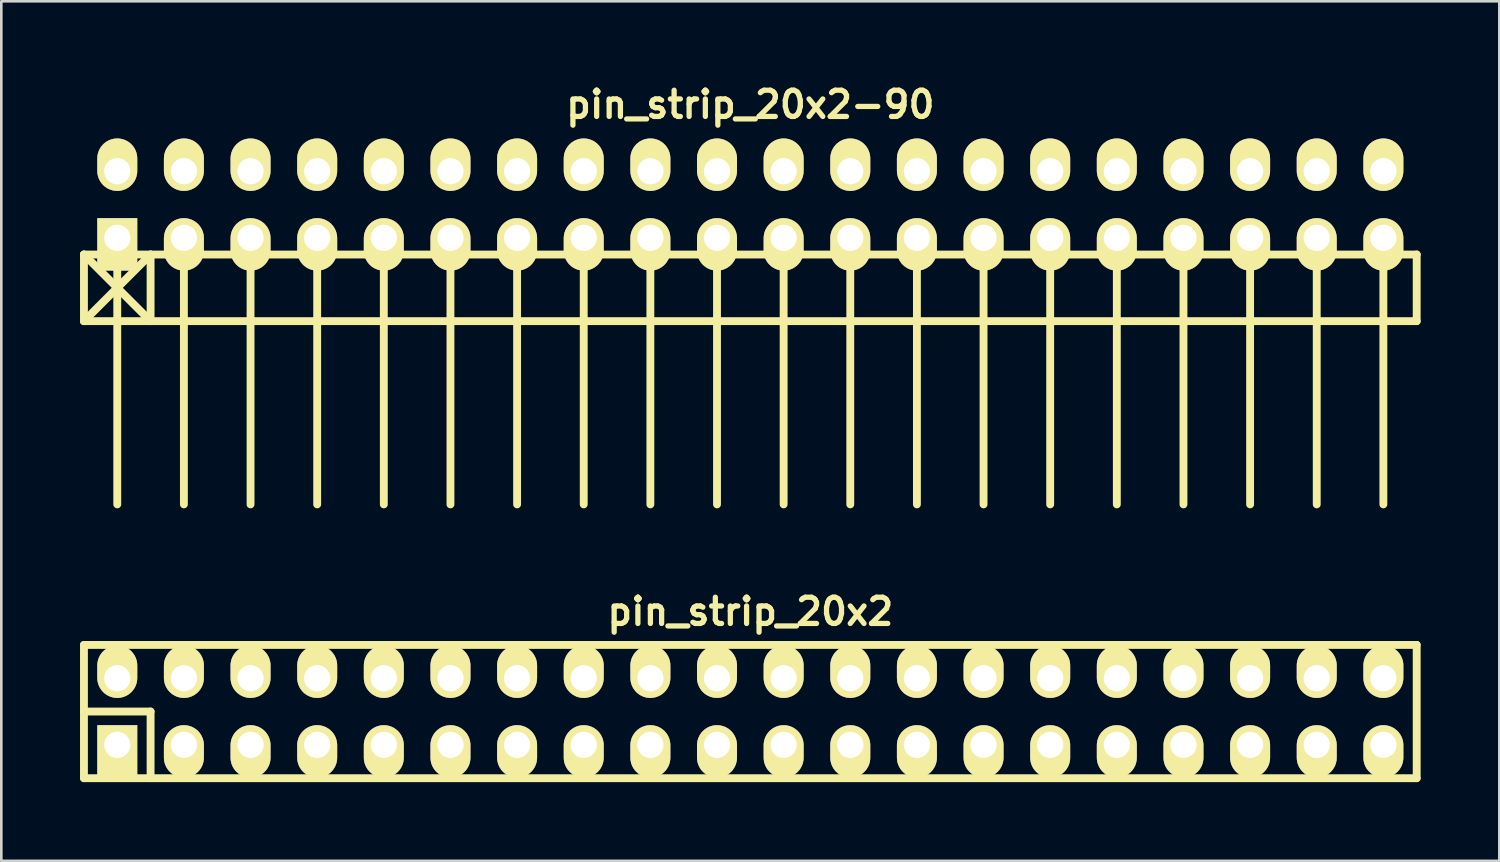
<source format=kicad_pcb>
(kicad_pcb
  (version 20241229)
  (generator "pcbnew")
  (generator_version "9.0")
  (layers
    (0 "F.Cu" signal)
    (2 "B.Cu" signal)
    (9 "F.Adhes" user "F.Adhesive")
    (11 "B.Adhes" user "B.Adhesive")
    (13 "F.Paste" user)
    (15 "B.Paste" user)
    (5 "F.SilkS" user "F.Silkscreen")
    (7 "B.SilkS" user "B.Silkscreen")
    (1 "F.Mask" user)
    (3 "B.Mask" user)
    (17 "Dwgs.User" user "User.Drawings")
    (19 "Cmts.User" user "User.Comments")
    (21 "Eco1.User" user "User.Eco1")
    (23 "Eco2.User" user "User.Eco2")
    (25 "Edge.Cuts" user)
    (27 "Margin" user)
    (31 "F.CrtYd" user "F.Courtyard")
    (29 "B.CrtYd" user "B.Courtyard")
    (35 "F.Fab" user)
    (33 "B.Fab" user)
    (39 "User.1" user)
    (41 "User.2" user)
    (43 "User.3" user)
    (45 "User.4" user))
  (footprint "pin_strip_20x2"
    (layer "F.Cu")
    (at 25.55 24.072)
    (property "Reference" "pin_strip_20x2" (at 0 -3.81 0) (layer "F.SilkS") (effects (font (size 1 1) (thickness 0.2))))
    (attr through_hole)
    (fp_line (start -25.4 -2.54) (end -25.4 2.54) (stroke (width 0.3) (type solid)) (layer "F.SilkS"))
    (fp_line (start -25.4 -2.54) (end 25.4 -2.54) (stroke (width 0.3) (type solid)) (layer "F.SilkS"))
    (fp_line (start -25.4 0) (end -22.86 0) (stroke (width 0.3) (type solid)) (layer "F.SilkS"))
    (fp_line (start -22.86 0) (end -22.86 2.54) (stroke (width 0.3) (type solid)) (layer "F.SilkS"))
    (fp_line (start 25.4 2.54) (end -25.4 2.54) (stroke (width 0.3) (type solid)) (layer "F.SilkS"))
    (fp_line (start 25.4 2.54) (end 25.4 -2.54) (stroke (width 0.3) (type solid)) (layer "F.SilkS"))
    (pad "1" thru_hole rect (at -24.13 1.27) (size 1.524 1.999) (drill 1.001 (offset 0 0.249)) (layers "*.Cu" "*.Mask" "F.SilkS"))
    (pad "2" thru_hole oval (at -24.13 -1.27) (size 1.524 1.999) (drill 1.001 (offset 0 -0.249)) (layers "*.Cu" "*.Mask" "F.SilkS"))
    (pad "3" thru_hole oval (at -21.59 1.27) (size 1.524 1.999) (drill 1.001 (offset 0 0.249)) (layers "*.Cu" "*.Mask" "F.SilkS"))
    (pad "4" thru_hole oval (at -21.59 -1.27) (size 1.524 1.999) (drill 1.001 (offset 0 -0.249)) (layers "*.Cu" "*.Mask" "F.SilkS"))
    (pad "5" thru_hole oval (at -19.05 1.27) (size 1.524 1.999) (drill 1.001 (offset 0 0.249)) (layers "*.Cu" "*.Mask" "F.SilkS"))
    (pad "6" thru_hole oval (at -19.05 -1.27) (size 1.524 1.999) (drill 1.001 (offset 0 -0.249)) (layers "*.Cu" "*.Mask" "F.SilkS"))
    (pad "7" thru_hole oval (at -16.51 1.27) (size 1.524 1.999) (drill 1.001 (offset 0 0.249)) (layers "*.Cu" "*.Mask" "F.SilkS"))
    (pad "8" thru_hole oval (at -16.51 -1.27) (size 1.524 1.999) (drill 1.001 (offset 0 -0.249)) (layers "*.Cu" "*.Mask" "F.SilkS"))
    (pad "9" thru_hole oval (at -13.97 1.27) (size 1.524 1.999) (drill 1.001 (offset 0 0.249)) (layers "*.Cu" "*.Mask" "F.SilkS"))
    (pad "10" thru_hole oval (at -13.97 -1.27) (size 1.524 1.999) (drill 1.001 (offset 0 -0.249)) (layers "*.Cu" "*.Mask" "F.SilkS"))
    (pad "11" thru_hole oval (at -11.43 1.27) (size 1.524 1.999) (drill 1.001 (offset 0 0.249)) (layers "*.Cu" "*.Mask" "F.SilkS"))
    (pad "12" thru_hole oval (at -11.43 -1.27) (size 1.524 1.999) (drill 1.001 (offset 0 -0.249)) (layers "*.Cu" "*.Mask" "F.SilkS"))
    (pad "13" thru_hole oval (at -8.89 1.27) (size 1.524 1.999) (drill 1.001 (offset 0 0.249)) (layers "*.Cu" "*.Mask" "F.SilkS"))
    (pad "14" thru_hole oval (at -8.89 -1.27) (size 1.524 1.999) (drill 1.001 (offset 0 -0.249)) (layers "*.Cu" "*.Mask" "F.SilkS"))
    (pad "15" thru_hole oval (at -6.35 1.27) (size 1.524 1.999) (drill 1.001 (offset 0 0.249)) (layers "*.Cu" "*.Mask" "F.SilkS"))
    (pad "16" thru_hole oval (at -6.35 -1.27) (size 1.524 1.999) (drill 1.001 (offset 0 -0.249)) (layers "*.Cu" "*.Mask" "F.SilkS"))
    (pad "17" thru_hole oval (at -3.81 1.27) (size 1.524 1.999) (drill 1.001 (offset 0 0.249)) (layers "*.Cu" "*.Mask" "F.SilkS"))
    (pad "18" thru_hole oval (at -3.81 -1.27) (size 1.524 1.999) (drill 1.001 (offset 0 -0.249)) (layers "*.Cu" "*.Mask" "F.SilkS"))
    (pad "19" thru_hole oval (at -1.27 1.27) (size 1.524 1.999) (drill 1.001 (offset 0 0.249)) (layers "*.Cu" "*.Mask" "F.SilkS"))
    (pad "20" thru_hole oval (at -1.27 -1.27) (size 1.524 1.999) (drill 1.001 (offset 0 -0.249)) (layers "*.Cu" "*.Mask" "F.SilkS"))
    (pad "21" thru_hole oval (at 1.27 1.27) (size 1.524 1.999) (drill 1.001 (offset 0 0.249)) (layers "*.Cu" "*.Mask" "F.SilkS"))
    (pad "22" thru_hole oval (at 1.27 -1.27) (size 1.524 1.999) (drill 1.001 (offset 0 -0.249)) (layers "*.Cu" "*.Mask" "F.SilkS"))
    (pad "23" thru_hole oval (at 3.81 1.27) (size 1.524 1.999) (drill 1.001 (offset 0 0.249)) (layers "*.Cu" "*.Mask" "F.SilkS"))
    (pad "24" thru_hole oval (at 3.81 -1.27) (size 1.524 1.999) (drill 1.001 (offset 0 -0.249)) (layers "*.Cu" "*.Mask" "F.SilkS"))
    (pad "25" thru_hole oval (at 6.35 1.27) (size 1.524 1.999) (drill 1.001 (offset 0 0.249)) (layers "*.Cu" "*.Mask" "F.SilkS"))
    (pad "26" thru_hole oval (at 6.35 -1.27) (size 1.524 1.999) (drill 1.001 (offset 0 -0.249)) (layers "*.Cu" "*.Mask" "F.SilkS"))
    (pad "27" thru_hole oval (at 8.89 1.27) (size 1.524 1.999) (drill 1.001 (offset 0 0.249)) (layers "*.Cu" "*.Mask" "F.SilkS"))
    (pad "28" thru_hole oval (at 8.89 -1.27) (size 1.524 1.999) (drill 1.001 (offset 0 -0.249)) (layers "*.Cu" "*.Mask" "F.SilkS"))
    (pad "29" thru_hole oval (at 11.43 1.27) (size 1.524 1.999) (drill 1.001 (offset 0 0.249)) (layers "*.Cu" "*.Mask" "F.SilkS"))
    (pad "30" thru_hole oval (at 11.43 -1.27) (size 1.524 1.999) (drill 1.001 (offset 0 -0.249)) (layers "*.Cu" "*.Mask" "F.SilkS"))
    (pad "31" thru_hole oval (at 13.97 1.27) (size 1.524 1.999) (drill 1.001 (offset 0 0.249)) (layers "*.Cu" "*.Mask" "F.SilkS"))
    (pad "32" thru_hole oval (at 13.97 -1.27) (size 1.524 1.999) (drill 1.001 (offset 0 -0.249)) (layers "*.Cu" "*.Mask" "F.SilkS"))
    (pad "33" thru_hole oval (at 16.51 1.27) (size 1.524 1.999) (drill 1.001 (offset 0 0.249)) (layers "*.Cu" "*.Mask" "F.SilkS"))
    (pad "34" thru_hole oval (at 16.51 -1.27) (size 1.524 1.999) (drill 1.001 (offset 0 -0.249)) (layers "*.Cu" "*.Mask" "F.SilkS"))
    (pad "35" thru_hole oval (at 19.05 1.27) (size 1.524 1.999) (drill 1.001 (offset 0 0.249)) (layers "*.Cu" "*.Mask" "F.SilkS"))
    (pad "36" thru_hole oval (at 19.05 -1.27) (size 1.524 1.999) (drill 1.001 (offset 0 -0.249)) (layers "*.Cu" "*.Mask" "F.SilkS"))
    (pad "37" thru_hole oval (at 21.59 1.27) (size 1.524 1.999) (drill 1.001 (offset 0 0.249)) (layers "*.Cu" "*.Mask" "F.SilkS"))
    (pad "38" thru_hole oval (at 21.59 -1.27) (size 1.524 1.999) (drill 1.001 (offset 0 -0.249)) (layers "*.Cu" "*.Mask" "F.SilkS"))
    (pad "39" thru_hole oval (at 24.13 1.27) (size 1.524 1.999) (drill 1.001 (offset 0 0.249)) (layers "*.Cu" "*.Mask" "F.SilkS"))
    (pad "40" thru_hole oval (at 24.13 -1.27) (size 1.524 1.999) (drill 1.001 (offset 0 -0.249)) (layers "*.Cu" "*.Mask" "F.SilkS")))
  (footprint "pin_strip_20x2-90"
    (layer "F.Cu")
    (at 25.55 4.746)
    (property "Reference" "pin_strip_20x2-90" (at 0 -3.81 0) (layer "F.SilkS") (effects (font (size 1 1) (thickness 0.2))))
    (attr through_hole)
    (fp_line (start -25.4 1.905) (end -22.86 4.445) (stroke (width 0.3) (type solid)) (layer "F.SilkS"))
    (fp_line (start -25.4 4.445) (end -25.4 1.905) (stroke (width 0.3) (type solid)) (layer "F.SilkS"))
    (fp_line (start -25.4 4.445) (end 25.4 4.445) (stroke (width 0.3) (type solid)) (layer "F.SilkS"))
    (fp_line (start -24.13 1.27) (end -24.13 11.43) (stroke (width 0.3) (type solid)) (layer "F.SilkS"))
    (fp_line (start -22.86 1.905) (end -25.4 4.445) (stroke (width 0.3) (type solid)) (layer "F.SilkS"))
    (fp_line (start -22.86 4.445) (end -22.86 1.905) (stroke (width 0.3) (type solid)) (layer "F.SilkS"))
    (fp_line (start -21.59 1.27) (end -21.59 11.43) (stroke (width 0.3) (type solid)) (layer "F.SilkS"))
    (fp_line (start -19.05 11.43) (end -19.05 1.27) (stroke (width 0.3) (type solid)) (layer "F.SilkS"))
    (fp_line (start -16.51 1.27) (end -16.51 11.43) (stroke (width 0.3) (type solid)) (layer "F.SilkS"))
    (fp_line (start -13.97 1.27) (end -13.97 11.43) (stroke (width 0.3) (type solid)) (layer "F.SilkS"))
    (fp_line (start -11.43 1.27) (end -11.43 11.43) (stroke (width 0.3) (type solid)) (layer "F.SilkS"))
    (fp_line (start -8.89 1.27) (end -8.89 11.43) (stroke (width 0.3) (type solid)) (layer "F.SilkS"))
    (fp_line (start -6.35 1.27) (end -6.35 11.43) (stroke (width 0.3) (type solid)) (layer "F.SilkS"))
    (fp_line (start -3.81 1.27) (end -3.81 11.43) (stroke (width 0.3) (type solid)) (layer "F.SilkS"))
    (fp_line (start -1.27 1.27) (end -1.27 11.43) (stroke (width 0.3) (type solid)) (layer "F.SilkS"))
    (fp_line (start 1.27 1.27) (end 1.27 11.43) (stroke (width 0.3) (type solid)) (layer "F.SilkS"))
    (fp_line (start 3.81 1.27) (end 3.81 11.43) (stroke (width 0.3) (type solid)) (layer "F.SilkS"))
    (fp_line (start 6.35 11.43) (end 6.35 1.27) (stroke (width 0.3) (type solid)) (layer "F.SilkS"))
    (fp_line (start 8.89 1.27) (end 8.89 11.43) (stroke (width 0.3) (type solid)) (layer "F.SilkS"))
    (fp_line (start 11.43 1.27) (end 11.43 11.43) (stroke (width 0.3) (type solid)) (layer "F.SilkS"))
    (fp_line (start 13.97 1.27) (end 13.97 11.43) (stroke (width 0.3) (type solid)) (layer "F.SilkS"))
    (fp_line (start 16.51 1.27) (end 16.51 11.43) (stroke (width 0.3) (type solid)) (layer "F.SilkS"))
    (fp_line (start 19.05 1.27) (end 19.05 11.43) (stroke (width 0.3) (type solid)) (layer "F.SilkS"))
    (fp_line (start 21.59 1.27) (end 21.59 11.43) (stroke (width 0.3) (type solid)) (layer "F.SilkS"))
    (fp_line (start 24.13 1.27) (end 24.13 11.43) (stroke (width 0.3) (type solid)) (layer "F.SilkS"))
    (fp_line (start 25.4 1.905) (end -25.4 1.905) (stroke (width 0.3) (type solid)) (layer "F.SilkS"))
    (fp_line (start 25.4 1.905) (end 25.4 4.445) (stroke (width 0.3) (type solid)) (layer "F.SilkS"))
    (pad "1" thru_hole rect (at -24.13 1.27) (size 1.524 1.999) (drill 1.001 (offset 0 0.249)) (layers "*.Cu" "*.Mask" "F.SilkS"))
    (pad "2" thru_hole oval (at -24.13 -1.27) (size 1.524 1.999) (drill 1.001 (offset 0 -0.249)) (layers "*.Cu" "*.Mask" "F.SilkS"))
    (pad "3" thru_hole oval (at -21.59 1.27) (size 1.524 1.999) (drill 1.001 (offset 0 0.249)) (layers "*.Cu" "*.Mask" "F.SilkS"))
    (pad "4" thru_hole oval (at -21.59 -1.27) (size 1.524 1.999) (drill 1.001 (offset 0 -0.249)) (layers "*.Cu" "*.Mask" "F.SilkS"))
    (pad "5" thru_hole oval (at -19.05 1.27) (size 1.524 1.999) (drill 1.001 (offset 0 0.249)) (layers "*.Cu" "*.Mask" "F.SilkS"))
    (pad "6" thru_hole oval (at -19.05 -1.27) (size 1.524 1.999) (drill 1.001 (offset 0 -0.249)) (layers "*.Cu" "*.Mask" "F.SilkS"))
    (pad "7" thru_hole oval (at -16.51 1.27) (size 1.524 1.999) (drill 1.001 (offset 0 0.249)) (layers "*.Cu" "*.Mask" "F.SilkS"))
    (pad "8" thru_hole oval (at -16.51 -1.27) (size 1.524 1.999) (drill 1.001 (offset 0 -0.249)) (layers "*.Cu" "*.Mask" "F.SilkS"))
    (pad "9" thru_hole oval (at -13.97 1.27) (size 1.524 1.999) (drill 1.001 (offset 0 0.249)) (layers "*.Cu" "*.Mask" "F.SilkS"))
    (pad "10" thru_hole oval (at -13.97 -1.27) (size 1.524 1.999) (drill 1.001 (offset 0 -0.249)) (layers "*.Cu" "*.Mask" "F.SilkS"))
    (pad "11" thru_hole oval (at -11.43 1.27) (size 1.524 1.999) (drill 1.001 (offset 0 0.249)) (layers "*.Cu" "*.Mask" "F.SilkS"))
    (pad "12" thru_hole oval (at -11.43 -1.27) (size 1.524 1.999) (drill 1.001 (offset 0 -0.249)) (layers "*.Cu" "*.Mask" "F.SilkS"))
    (pad "13" thru_hole oval (at -8.89 1.27) (size 1.524 1.999) (drill 1.001 (offset 0 0.249)) (layers "*.Cu" "*.Mask" "F.SilkS"))
    (pad "14" thru_hole oval (at -8.89 -1.27) (size 1.524 1.999) (drill 1.001 (offset 0 -0.249)) (layers "*.Cu" "*.Mask" "F.SilkS"))
    (pad "15" thru_hole oval (at -6.35 1.27) (size 1.524 1.999) (drill 1.001 (offset 0 0.249)) (layers "*.Cu" "*.Mask" "F.SilkS"))
    (pad "16" thru_hole oval (at -6.35 -1.27) (size 1.524 1.999) (drill 1.001 (offset 0 -0.249)) (layers "*.Cu" "*.Mask" "F.SilkS"))
    (pad "17" thru_hole oval (at -3.81 1.27) (size 1.524 1.999) (drill 1.001 (offset 0 0.249)) (layers "*.Cu" "*.Mask" "F.SilkS"))
    (pad "18" thru_hole oval (at -3.81 -1.27) (size 1.524 1.999) (drill 1.001 (offset 0 -0.249)) (layers "*.Cu" "*.Mask" "F.SilkS"))
    (pad "19" thru_hole oval (at -1.27 1.27) (size 1.524 1.999) (drill 1.001 (offset 0 0.249)) (layers "*.Cu" "*.Mask" "F.SilkS"))
    (pad "20" thru_hole oval (at -1.27 -1.27) (size 1.524 1.999) (drill 1.001 (offset 0 -0.249)) (layers "*.Cu" "*.Mask" "F.SilkS"))
    (pad "21" thru_hole oval (at 1.27 1.27) (size 1.524 1.999) (drill 1.001 (offset 0 0.249)) (layers "*.Cu" "*.Mask" "F.SilkS"))
    (pad "22" thru_hole oval (at 1.27 -1.27) (size 1.524 1.999) (drill 1.001 (offset 0 -0.249)) (layers "*.Cu" "*.Mask" "F.SilkS"))
    (pad "23" thru_hole oval (at 3.81 1.27) (size 1.524 1.999) (drill 1.001 (offset 0 0.249)) (layers "*.Cu" "*.Mask" "F.SilkS"))
    (pad "24" thru_hole oval (at 3.81 -1.27) (size 1.524 1.999) (drill 1.001 (offset 0 -0.249)) (layers "*.Cu" "*.Mask" "F.SilkS"))
    (pad "25" thru_hole oval (at 6.35 1.27) (size 1.524 1.999) (drill 1.001 (offset 0 0.249)) (layers "*.Cu" "*.Mask" "F.SilkS"))
    (pad "26" thru_hole oval (at 6.35 -1.27) (size 1.524 1.999) (drill 1.001 (offset 0 -0.249)) (layers "*.Cu" "*.Mask" "F.SilkS"))
    (pad "27" thru_hole oval (at 8.89 1.27) (size 1.524 1.999) (drill 1.001 (offset 0 0.249)) (layers "*.Cu" "*.Mask" "F.SilkS"))
    (pad "28" thru_hole oval (at 8.89 -1.27) (size 1.524 1.999) (drill 1.001 (offset 0 -0.249)) (layers "*.Cu" "*.Mask" "F.SilkS"))
    (pad "29" thru_hole oval (at 11.43 1.27) (size 1.524 1.999) (drill 1.001 (offset 0 0.249)) (layers "*.Cu" "*.Mask" "F.SilkS"))
    (pad "30" thru_hole oval (at 11.43 -1.27) (size 1.524 1.999) (drill 1.001 (offset 0 -0.249)) (layers "*.Cu" "*.Mask" "F.SilkS"))
    (pad "31" thru_hole oval (at 13.97 1.27) (size 1.524 1.999) (drill 1.001 (offset 0 0.249)) (layers "*.Cu" "*.Mask" "F.SilkS"))
    (pad "32" thru_hole oval (at 13.97 -1.27) (size 1.524 1.999) (drill 1.001 (offset 0 -0.249)) (layers "*.Cu" "*.Mask" "F.SilkS"))
    (pad "33" thru_hole oval (at 16.51 1.27) (size 1.524 1.999) (drill 1.001 (offset 0 0.249)) (layers "*.Cu" "*.Mask" "F.SilkS"))
    (pad "34" thru_hole oval (at 16.51 -1.27) (size 1.524 1.999) (drill 1.001 (offset 0 -0.249)) (layers "*.Cu" "*.Mask" "F.SilkS"))
    (pad "35" thru_hole oval (at 19.05 1.27) (size 1.524 1.999) (drill 1.001 (offset 0 0.249)) (layers "*.Cu" "*.Mask" "F.SilkS"))
    (pad "36" thru_hole oval (at 19.05 -1.27) (size 1.524 1.999) (drill 1.001 (offset 0 -0.249)) (layers "*.Cu" "*.Mask" "F.SilkS"))
    (pad "37" thru_hole oval (at 21.59 1.27) (size 1.524 1.999) (drill 1.001 (offset 0 0.249)) (layers "*.Cu" "*.Mask" "F.SilkS"))
    (pad "38" thru_hole oval (at 21.59 -1.27) (size 1.524 1.999) (drill 1.001 (offset 0 -0.249)) (layers "*.Cu" "*.Mask" "F.SilkS"))
    (pad "39" thru_hole oval (at 24.13 1.27) (size 1.524 1.999) (drill 1.001 (offset 0 0.249)) (layers "*.Cu" "*.Mask" "F.SilkS"))
    (pad "40" thru_hole oval (at 24.13 -1.27) (size 1.524 1.999) (drill 1.001 (offset 0 -0.249)) (layers "*.Cu" "*.Mask" "F.SilkS")))
  (gr_rect
    (start -3 -3)
    (end 54.1 29.762)
    (stroke (width 0.1) (type default))
    (fill no)
    (layer "Edge.Cuts")))
</source>
